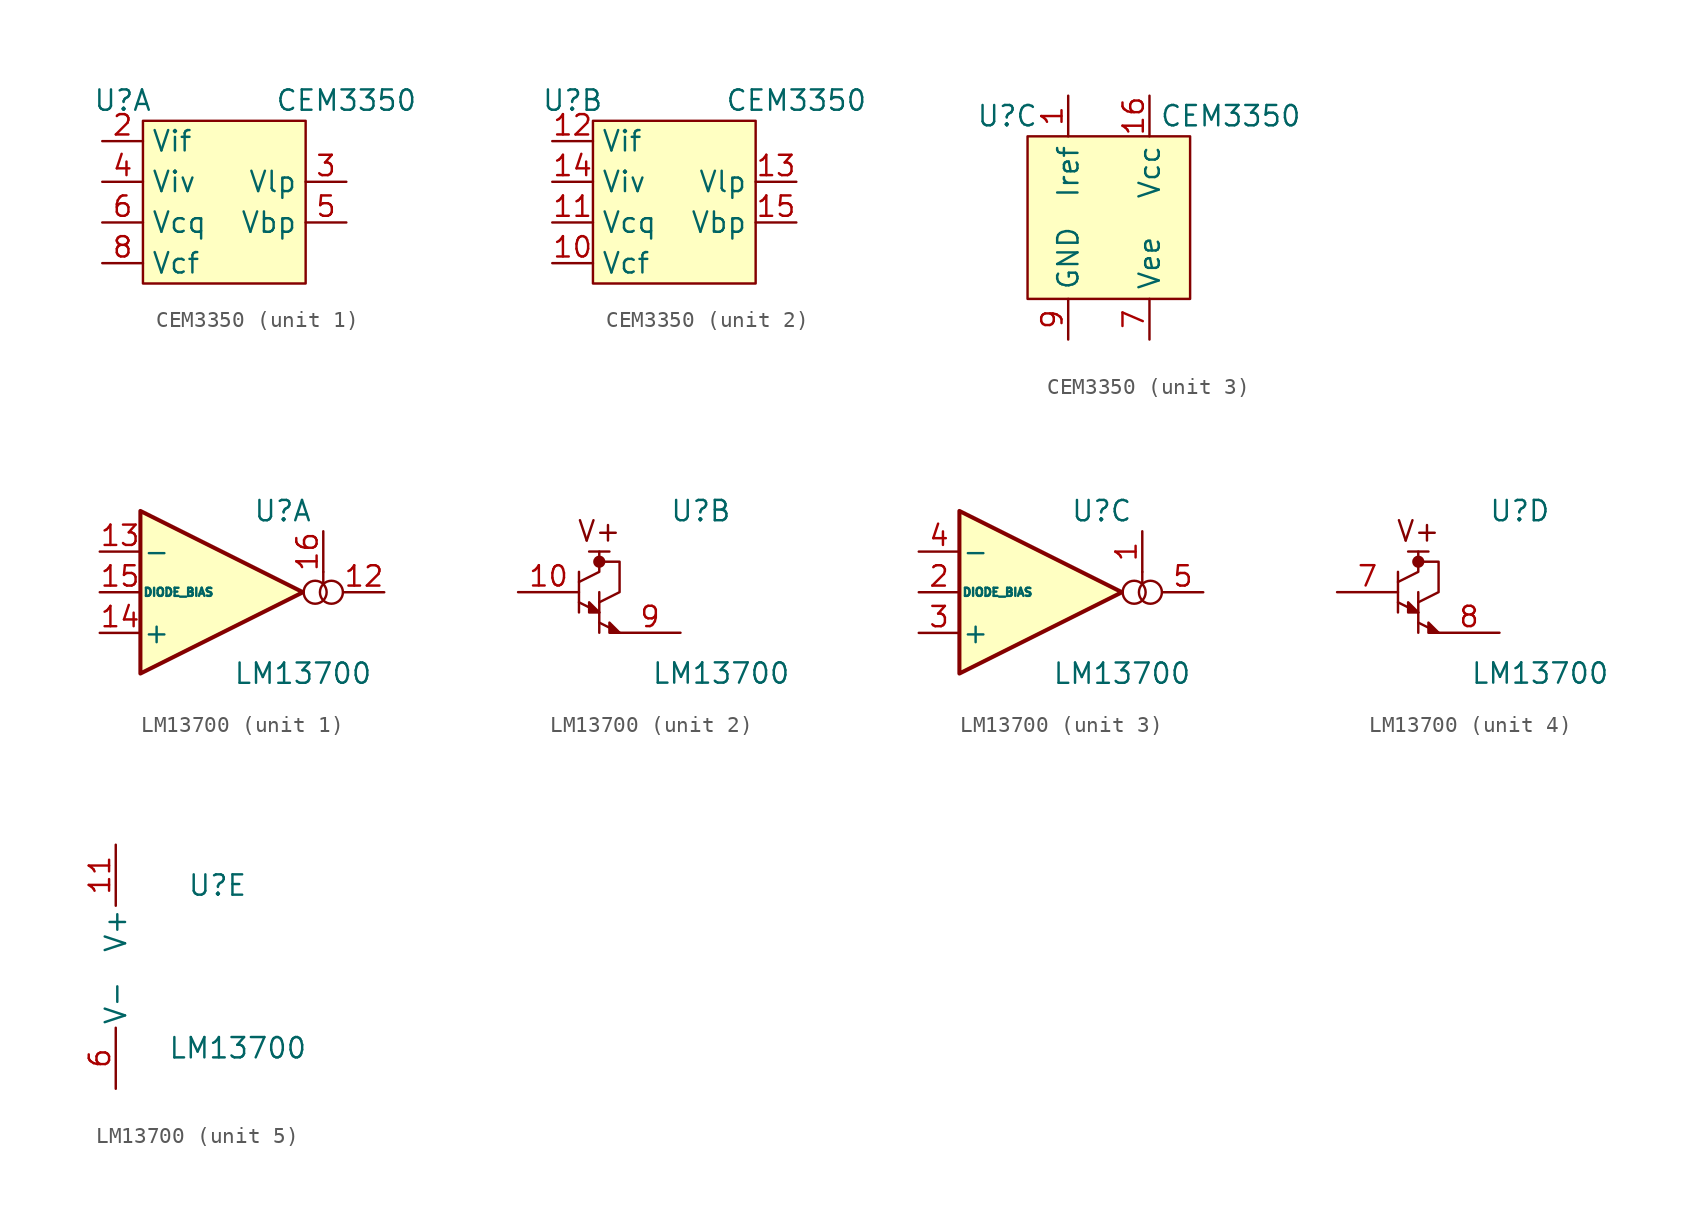
<source format=kicad_sym>
(kicad_symbol_lib
  (version 20211014)
  (generator kicad_symbol_editor)
  (symbol "CEM3350"
    (property "Reference" "U"
      (at -6.35 6.35 0)
      (effects (font (size 1.27 1.27))))
    (property "Value" "CEM3350"
      (at 7.62 6.35 0)
      (effects (font (size 1.27 1.27))))
    (property "ki_locked" ""
      (at 0 0 0)
      (effects (font (size 1.27 1.27))))
    (symbol "CEM3350_0_1"
      (rectangle (start -5.08 5.08) (end 5.08 -5.08) (stroke (width 0.152) (type default) (color 0 0 0 0)) (fill (type background))))
    (symbol "CEM3350_1_1"
      (pin input line (at -7.62 3.81 0) (length 2.54) (name "Vif" (effects (font (size 1.27 1.27)))) (number "2" (effects (font (size 1.27 1.27)))))
      (pin bidirectional line (at 7.62 1.27 180) (length 2.54) (name "Vlp" (effects (font (size 1.27 1.27)))) (number "3" (effects (font (size 1.27 1.27)))))
      (pin input line (at -7.62 1.27 0) (length 2.54) (name "Viv" (effects (font (size 1.27 1.27)))) (number "4" (effects (font (size 1.27 1.27)))))
      (pin bidirectional line (at 7.62 -1.27 180) (length 2.54) (name "Vbp" (effects (font (size 1.27 1.27)))) (number "5" (effects (font (size 1.27 1.27)))))
      (pin input line (at -7.62 -1.27 0) (length 2.54) (name "Vcq" (effects (font (size 1.27 1.27)))) (number "6" (effects (font (size 1.27 1.27)))))
      (pin input line (at -7.62 -3.81 0) (length 2.54) (name "Vcf" (effects (font (size 1.27 1.27)))) (number "8" (effects (font (size 1.27 1.27))))))
    (symbol "CEM3350_2_1"
      (pin input line (at -7.62 -3.81 0) (length 2.54) (name "Vcf" (effects (font (size 1.27 1.27)))) (number "10" (effects (font (size 1.27 1.27)))))
      (pin input line (at -7.62 -1.27 0) (length 2.54) (name "Vcq" (effects (font (size 1.27 1.27)))) (number "11" (effects (font (size 1.27 1.27)))))
      (pin input line (at -7.62 3.81 0) (length 2.54) (name "Vif" (effects (font (size 1.27 1.27)))) (number "12" (effects (font (size 1.27 1.27)))))
      (pin bidirectional line (at 7.62 1.27 180) (length 2.54) (name "Vlp" (effects (font (size 1.27 1.27)))) (number "13" (effects (font (size 1.27 1.27)))))
      (pin input line (at -7.62 1.27 0) (length 2.54) (name "Viv" (effects (font (size 1.27 1.27)))) (number "14" (effects (font (size 1.27 1.27)))))
      (pin bidirectional line (at 7.62 -1.27 180) (length 2.54) (name "Vbp" (effects (font (size 1.27 1.27)))) (number "15" (effects (font (size 1.27 1.27))))))
    (symbol "CEM3350_3_1"
      (pin input line (at -2.54 7.62 270) (length 2.54) (name "Iref" (effects (font (size 1.27 1.27)))) (number "1" (effects (font (size 1.27 1.27)))))
      (pin input line (at 2.54 7.62 270) (length 2.54) (name "Vcc" (effects (font (size 1.27 1.27)))) (number "16" (effects (font (size 1.27 1.27)))))
      (pin input line (at 2.54 -7.62 90) (length 2.54) (name "Vee" (effects (font (size 1.27 1.27)))) (number "7" (effects (font (size 1.27 1.27)))))
      (pin input line (at -2.54 -7.62 90) (length 2.54) (name "GND" (effects (font (size 1.27 1.27)))) (number "9" (effects (font (size 1.27 1.27)))))))
  (symbol "LM13700"
    (pin_names
      (offset 0.127))
    (property "Reference" "U"
      (at 3.81 5.08 0)
      (effects (font (size 1.27 1.27))))
    (property "Value" "LM13700"
      (at 5.08 -5.08 0)
      (effects (font (size 1.27 1.27))))
    (property "ki_locked" ""
      (at 0 0 0)
      (effects (font (size 1.27 1.27))))
    (symbol "LM13700_1_1"
      (polyline (pts (xy 6.35 1.27) (xy 6.35 0.508)) (stroke (width 0.152) (type default) (color 0 0 0 0)) (fill (type none)))
      (polyline (pts (xy 5.08 0) (xy -5.08 -5.08) (xy -5.08 5.08) (xy 5.08 0)) (stroke (width 0.254) (type default) (color 0 0 0 0)) (fill (type background)))
      (circle (center 5.842 0) (radius 0.718) (stroke (width 0.152) (type default) (color 0 0 0 0)) (fill (type none)))
      (circle (center 6.858 0) (radius 0.718) (stroke (width 0.152) (type default) (color 0 0 0 0)) (fill (type none)))
      (pin open_collector line (at 10.16 0 180) (length 2.54) (name "~" (effects (font (size 1.27 1.27)))) (number "12" (effects (font (size 1.27 1.27)))))
      (pin input line (at -7.62 2.54 0) (length 2.54) (name "-" (effects (font (size 1.27 1.27)))) (number "13" (effects (font (size 1.27 1.27)))))
      (pin input line (at -7.62 -2.54 0) (length 2.54) (name "+" (effects (font (size 1.27 1.27)))) (number "14" (effects (font (size 1.27 1.27)))))
      (pin input line (at -7.62 0 0) (length 2.54) (name "DIODE_BIAS" (effects (font (size 0.508 0.508)))) (number "15" (effects (font (size 1.27 1.27)))))
      (pin input line (at 6.35 3.81 270) (length 2.54) (name "~" (effects (font (size 1.27 1.27)))) (number "16" (effects (font (size 1.27 1.27))))))
    (symbol "LM13700_2_0"
      (polyline (pts (xy -1.905 2.54) (xy -3.175 2.54)) (stroke (width 0) (type default) (color 0 0 0 0)) (fill (type none))))
    (symbol "LM13700_2_1"
      (circle (center -2.54 1.905) (radius 0.254) (stroke (width 0.254) (type default) (color 0 0 0 0)) (fill (type outline)))
      (polyline (pts (xy -3.81 -0.635) (xy -2.54 -1.27)) (stroke (width 0) (type default) (color 0 0 0 0)) (fill (type none)))
      (polyline (pts (xy -3.81 1.27) (xy -3.81 -1.27)) (stroke (width 0) (type default) (color 0 0 0 0)) (fill (type none)))
      (polyline (pts (xy -2.54 -1.905) (xy -1.27 -2.54)) (stroke (width 0) (type default) (color 0 0 0 0)) (fill (type none)))
      (polyline (pts (xy -2.54 0) (xy -2.54 -2.54)) (stroke (width 0) (type default) (color 0 0 0 0)) (fill (type none)))
      (polyline (pts (xy -3.81 0.635) (xy -2.54 1.27) (xy -2.54 1.905) (xy -2.54 2.54)) (stroke (width 0) (type default) (color 0 0 0 0)) (fill (type none)))
      (polyline (pts (xy -2.54 -1.27) (xy -3.175 -0.635) (xy -3.175 -1.27) (xy -2.54 -1.27)) (stroke (width 0) (type default) (color 0 0 0 0)) (fill (type outline)))
      (polyline (pts (xy -2.54 -0.635) (xy -1.27 0) (xy -1.27 1.905) (xy -2.54 1.905)) (stroke (width 0) (type default) (color 0 0 0 0)) (fill (type none)))
      (polyline (pts (xy -1.27 -2.54) (xy -1.905 -1.905) (xy -1.905 -2.54) (xy -1.27 -2.54)) (stroke (width 0) (type default) (color 0 0 0 0)) (fill (type outline)))
      (text "V+" (at -2.54 3.81 0) (effects (font (size 1.27 1.27))))
      (pin input line (at -7.62 0 0) (length 3.81) (name "~" (effects (font (size 1.27 1.27)))) (number "10" (effects (font (size 1.27 1.27)))))
      (pin open_emitter line (at 2.54 -2.54 180) (length 3.81) (name "~" (effects (font (size 1.27 1.27)))) (number "9" (effects (font (size 1.27 1.27))))))
    (symbol "LM13700_3_1"
      (polyline (pts (xy 6.35 1.27) (xy 6.35 0.508)) (stroke (width 0.152) (type default) (color 0 0 0 0)) (fill (type none)))
      (polyline (pts (xy 5.08 0) (xy -5.08 -5.08) (xy -5.08 5.08) (xy 5.08 0)) (stroke (width 0.254) (type default) (color 0 0 0 0)) (fill (type background)))
      (circle (center 5.842 0) (radius 0.718) (stroke (width 0.152) (type default) (color 0 0 0 0)) (fill (type none)))
      (circle (center 6.858 0) (radius 0.718) (stroke (width 0.152) (type default) (color 0 0 0 0)) (fill (type none)))
      (pin input line (at 6.35 3.81 270) (length 2.54) (name "~" (effects (font (size 1.27 1.27)))) (number "1" (effects (font (size 1.27 1.27)))))
      (pin input line (at -7.62 0 0) (length 2.54) (name "DIODE_BIAS" (effects (font (size 0.508 0.508)))) (number "2" (effects (font (size 1.27 1.27)))))
      (pin input line (at -7.62 -2.54 0) (length 2.54) (name "+" (effects (font (size 1.27 1.27)))) (number "3" (effects (font (size 1.27 1.27)))))
      (pin input line (at -7.62 2.54 0) (length 2.54) (name "-" (effects (font (size 1.27 1.27)))) (number "4" (effects (font (size 1.27 1.27)))))
      (pin open_collector line (at 10.16 0 180) (length 2.54) (name "~" (effects (font (size 1.27 1.27)))) (number "5" (effects (font (size 1.27 1.27))))))
    (symbol "LM13700_4_0"
      (polyline (pts (xy -3.175 2.54) (xy -1.905 2.54)) (stroke (width 0) (type default) (color 0 0 0 0)) (fill (type none)))
      (text "V+" (at -2.54 3.81 0) (effects (font (size 1.27 1.27)))))
    (symbol "LM13700_4_1"
      (circle (center -2.54 1.905) (radius 0.254) (stroke (width 0.254) (type default) (color 0 0 0 0)) (fill (type outline)))
      (polyline (pts (xy -3.81 -0.635) (xy -2.54 -1.27)) (stroke (width 0) (type default) (color 0 0 0 0)) (fill (type none)))
      (polyline (pts (xy -3.81 1.27) (xy -3.81 -1.27)) (stroke (width 0) (type default) (color 0 0 0 0)) (fill (type none)))
      (polyline (pts (xy -2.54 -1.905) (xy -1.27 -2.54)) (stroke (width 0) (type default) (color 0 0 0 0)) (fill (type none)))
      (polyline (pts (xy -2.54 0) (xy -2.54 -2.54)) (stroke (width 0) (type default) (color 0 0 0 0)) (fill (type none)))
      (polyline (pts (xy -3.81 0.635) (xy -2.54 1.27) (xy -2.54 2.54)) (stroke (width 0) (type default) (color 0 0 0 0)) (fill (type none)))
      (polyline (pts (xy -2.54 -1.27) (xy -3.175 -0.635) (xy -3.175 -1.27) (xy -2.54 -1.27)) (stroke (width 0) (type default) (color 0 0 0 0)) (fill (type outline)))
      (polyline (pts (xy -2.54 -0.635) (xy -1.27 0) (xy -1.27 1.905) (xy -2.54 1.905)) (stroke (width 0) (type default) (color 0 0 0 0)) (fill (type none)))
      (polyline (pts (xy -1.27 -2.54) (xy -1.905 -1.905) (xy -1.905 -2.54) (xy -1.27 -2.54)) (stroke (width 0) (type default) (color 0 0 0 0)) (fill (type outline)))
      (pin input line (at -7.62 0 0) (length 3.81) (name "~" (effects (font (size 1.27 1.27)))) (number "7" (effects (font (size 1.27 1.27)))))
      (pin open_emitter line (at 2.54 -2.54 180) (length 3.81) (name "~" (effects (font (size 1.27 1.27)))) (number "8" (effects (font (size 1.27 1.27))))))
    (symbol "LM13700_5_1"
      (pin power_in line (at -2.54 7.62 270) (length 3.81) (name "V+" (effects (font (size 1.27 1.27)))) (number "11" (effects (font (size 1.27 1.27)))))
      (pin power_in line (at -2.54 -7.62 90) (length 3.81) (name "V-" (effects (font (size 1.27 1.27)))) (number "6" (effects (font (size 1.27 1.27))))))))
</source>
